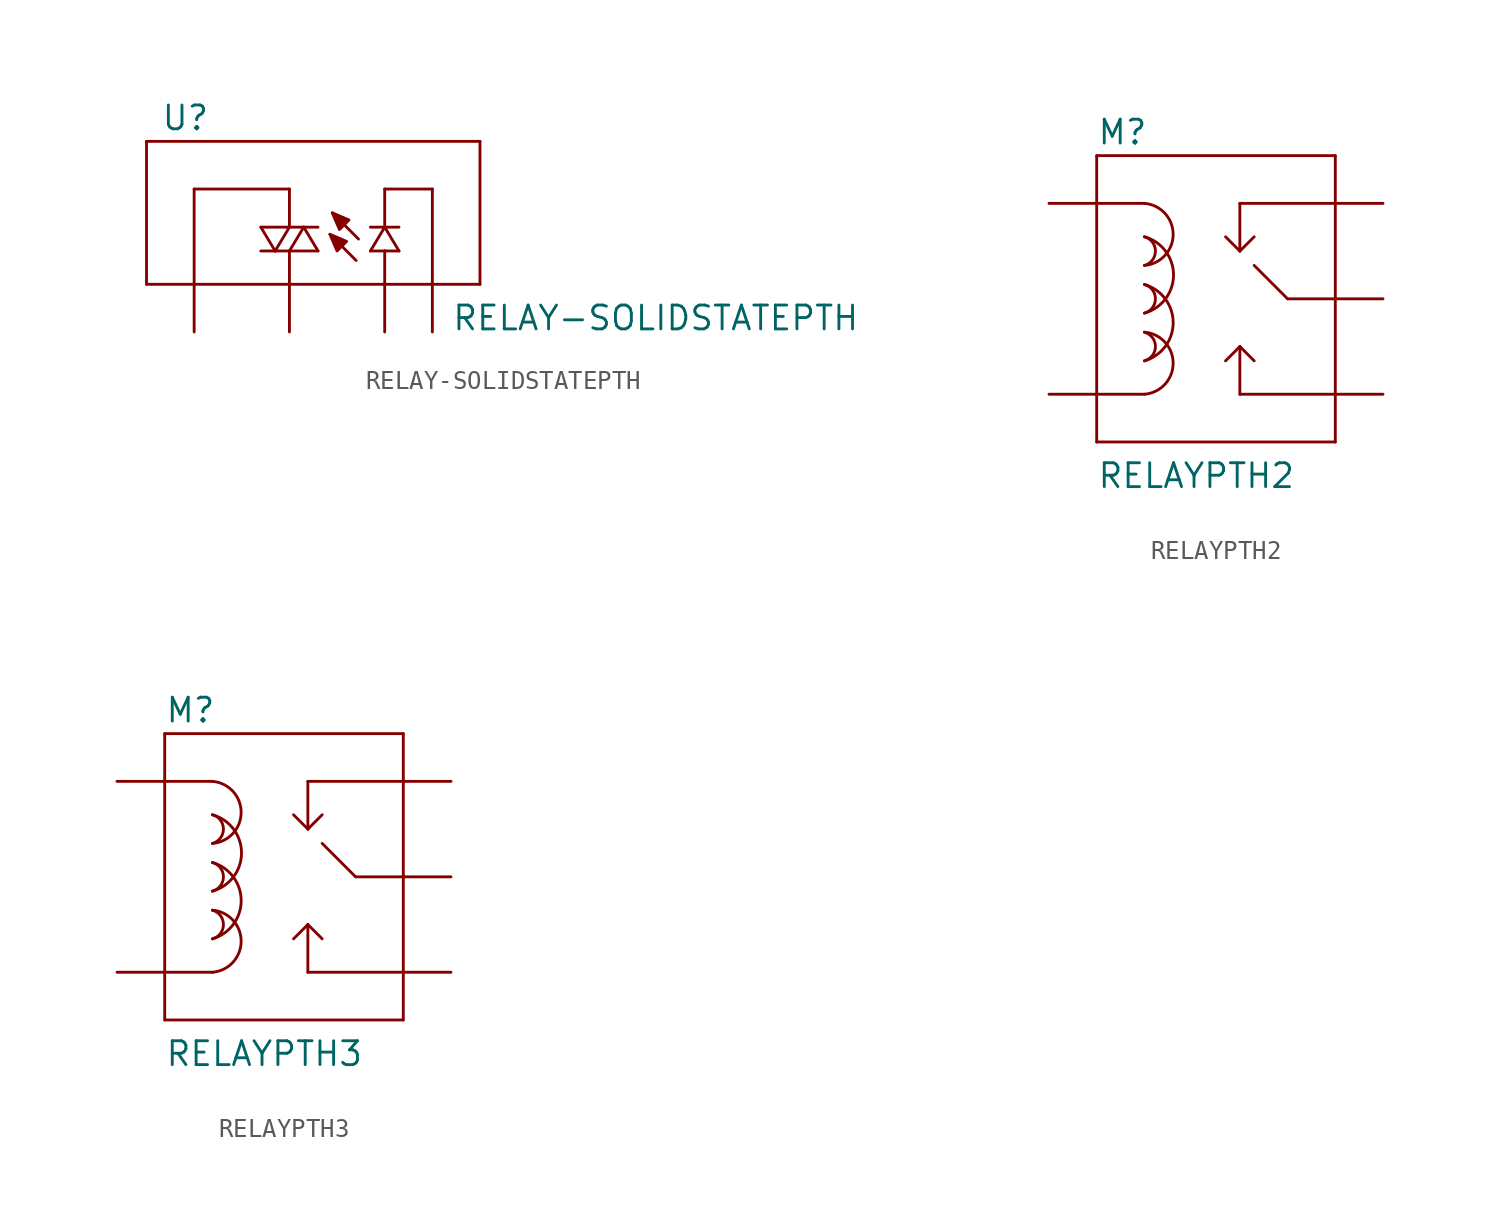
<source format=kicad_sym>
(kicad_symbol_lib
  (version 20211014)
  (generator kicad_symbol_editor)
  (symbol "RELAY-SOLIDSTATEPTH"
    (pin_numbers hide)
    (pin_names
      (offset 1.016) hide)
    (property "Reference" "U"
      (at -9.398 5.588 0)
      (effects (font (size 1.27 1.27)) (justify left bottom)))
    (property "Value" "RELAY-SOLIDSTATEPTH"
      (at 6.096 -5.08 0)
      (effects (font (size 1.27 1.27)) (justify left bottom)))
    (property "ki_locked" ""
      (at 0 0 0)
      (effects (font (size 1.27 1.27))))
    (symbol "RELAY-SOLIDSTATEPTH_1_0"
      (polyline (pts (xy -10.16 -2.54) (xy -10.16 5.08)) (stroke (width 0) (type default) (color 0 0 0 0)) (fill (type none)))
      (polyline (pts (xy -10.16 5.08) (xy 7.62 5.08)) (stroke (width 0) (type default) (color 0 0 0 0)) (fill (type none)))
      (polyline (pts (xy -7.62 -2.54) (xy -10.16 -2.54)) (stroke (width 0) (type default) (color 0 0 0 0)) (fill (type none)))
      (polyline (pts (xy -7.62 -2.54) (xy -7.62 2.54)) (stroke (width 0) (type default) (color 0 0 0 0)) (fill (type none)))
      (polyline (pts (xy -7.62 2.54) (xy -2.54 2.54)) (stroke (width 0) (type default) (color 0 0 0 0)) (fill (type none)))
      (polyline (pts (xy -4.064 -0.762) (xy -3.302 -0.762)) (stroke (width 0) (type default) (color 0 0 0 0)) (fill (type none)))
      (polyline (pts (xy -4.064 0.508) (xy -2.54 0.508)) (stroke (width 0) (type default) (color 0 0 0 0)) (fill (type none)))
      (polyline (pts (xy -3.302 -0.762) (xy -4.064 0.508)) (stroke (width 0) (type default) (color 0 0 0 0)) (fill (type none)))
      (polyline (pts (xy -3.302 -0.762) (xy -2.54 -0.762)) (stroke (width 0) (type default) (color 0 0 0 0)) (fill (type none)))
      (polyline (pts (xy -3.302 -0.762) (xy -2.54 0.508)) (stroke (width 0) (type default) (color 0 0 0 0)) (fill (type none)))
      (polyline (pts (xy -2.54 -2.54) (xy -7.62 -2.54)) (stroke (width 0) (type default) (color 0 0 0 0)) (fill (type none)))
      (polyline (pts (xy -2.54 -2.54) (xy -2.54 -0.762)) (stroke (width 0) (type default) (color 0 0 0 0)) (fill (type none)))
      (polyline (pts (xy -2.54 -0.762) (xy -1.778 0.508)) (stroke (width 0) (type default) (color 0 0 0 0)) (fill (type none)))
      (polyline (pts (xy -2.54 -0.762) (xy -1.016 -0.762)) (stroke (width 0) (type default) (color 0 0 0 0)) (fill (type none)))
      (polyline (pts (xy -2.54 0.508) (xy -1.778 0.508)) (stroke (width 0) (type default) (color 0 0 0 0)) (fill (type none)))
      (polyline (pts (xy -2.54 2.54) (xy -2.54 0.508)) (stroke (width 0) (type default) (color 0 0 0 0)) (fill (type none)))
      (polyline (pts (xy -1.778 0.508) (xy -1.016 -0.762)) (stroke (width 0) (type default) (color 0 0 0 0)) (fill (type none)))
      (polyline (pts (xy -1.778 0.508) (xy -1.016 0.508)) (stroke (width 0) (type default) (color 0 0 0 0)) (fill (type none)))
      (polyline (pts (xy 1.016 -1.27) (xy -0.381 0.127)) (stroke (width 0) (type default) (color 0 0 0 0)) (fill (type none)))
      (polyline (pts (xy 1.143 -0.127) (xy -0.254 1.27)) (stroke (width 0) (type default) (color 0 0 0 0)) (fill (type none)))
      (polyline (pts (xy 1.778 -0.762) (xy 2.54 -0.762)) (stroke (width 0) (type default) (color 0 0 0 0)) (fill (type none)))
      (polyline (pts (xy 1.778 -0.762) (xy 2.54 0.508)) (stroke (width 0) (type default) (color 0 0 0 0)) (fill (type none)))
      (polyline (pts (xy 1.778 0.508) (xy 2.54 0.508)) (stroke (width 0) (type default) (color 0 0 0 0)) (fill (type none)))
      (polyline (pts (xy 2.54 -2.54) (xy -2.54 -2.54)) (stroke (width 0) (type default) (color 0 0 0 0)) (fill (type none)))
      (polyline (pts (xy 2.54 -2.54) (xy 2.54 -0.762)) (stroke (width 0) (type default) (color 0 0 0 0)) (fill (type none)))
      (polyline (pts (xy 2.54 -0.762) (xy 3.302 -0.762)) (stroke (width 0) (type default) (color 0 0 0 0)) (fill (type none)))
      (polyline (pts (xy 2.54 0.508) (xy 2.54 2.54)) (stroke (width 0) (type default) (color 0 0 0 0)) (fill (type none)))
      (polyline (pts (xy 2.54 0.508) (xy 3.302 -0.762)) (stroke (width 0) (type default) (color 0 0 0 0)) (fill (type none)))
      (polyline (pts (xy 2.54 0.508) (xy 3.302 0.508)) (stroke (width 0) (type default) (color 0 0 0 0)) (fill (type none)))
      (polyline (pts (xy 2.54 2.54) (xy 5.08 2.54)) (stroke (width 0) (type default) (color 0 0 0 0)) (fill (type none)))
      (polyline (pts (xy 5.08 -2.54) (xy 2.54 -2.54)) (stroke (width 0) (type default) (color 0 0 0 0)) (fill (type none)))
      (polyline (pts (xy 5.08 2.54) (xy 5.08 -2.54)) (stroke (width 0) (type default) (color 0 0 0 0)) (fill (type none)))
      (polyline (pts (xy 7.62 -2.54) (xy 5.08 -2.54)) (stroke (width 0) (type default) (color 0 0 0 0)) (fill (type none)))
      (polyline (pts (xy 7.62 5.08) (xy 7.62 -2.54)) (stroke (width 0) (type default) (color 0 0 0 0)) (fill (type none))))
    (symbol "RELAY-SOLIDSTATEPTH_1_1"
      (polyline (pts (xy -0.381 0.127) (xy 0 -0.762) (xy 0 -0.762) (xy 0.508 -0.254) (xy 0.508 -0.254) (xy -0.381 0.127)) (stroke (width 0) (type default) (color 0 0 0 0)) (fill (type outline)))
      (polyline (pts (xy -0.254 1.27) (xy 0.127 0.381) (xy 0.127 0.381) (xy 0.635 0.889) (xy 0.635 0.889) (xy -0.254 1.27)) (stroke (width 0) (type default) (color 0 0 0 0)) (fill (type outline)))
      (pin bidirectional line (at -7.62 -5.08 90) (length 2.54) (name "T1" (effects (font (size 1.016 1.016)))) (number "1" (effects (font (size 1.016 1.016)))))
      (pin bidirectional line (at -2.54 -5.08 90) (length 2.54) (name "T2" (effects (font (size 1.016 1.016)))) (number "2" (effects (font (size 1.016 1.016)))))
      (pin bidirectional line (at 2.54 -5.08 90) (length 2.54) (name "+" (effects (font (size 1.016 1.016)))) (number "3" (effects (font (size 1.016 1.016)))))
      (pin bidirectional line (at 5.08 -5.08 90) (length 2.54) (name "-" (effects (font (size 1.016 1.016)))) (number "4" (effects (font (size 1.016 1.016)))))))
  (symbol "RELAYPTH2"
    (pin_numbers hide)
    (pin_names
      (offset 1.016) hide)
    (property "Reference" "M"
      (at -7.62 8.128 0)
      (effects (font (size 1.27 1.27)) (justify left bottom)))
    (property "Value" "RELAYPTH2"
      (at -7.62 -10.16 0)
      (effects (font (size 1.27 1.27)) (justify left bottom)))
    (property "ki_locked" ""
      (at 0 0 0)
      (effects (font (size 1.27 1.27))))
    (symbol "RELAYPTH2_1_0"
      (polyline (pts (xy -7.62 -7.62) (xy -7.62 -5.08)) (stroke (width 0) (type default) (color 0 0 0 0)) (fill (type none)))
      (polyline (pts (xy -7.62 -5.08) (xy -7.62 5.08)) (stroke (width 0) (type default) (color 0 0 0 0)) (fill (type none)))
      (polyline (pts (xy -7.62 -5.08) (xy -5.08 -5.08)) (stroke (width 0) (type default) (color 0 0 0 0)) (fill (type none)))
      (polyline (pts (xy -7.62 5.08) (xy -7.62 7.62)) (stroke (width 0) (type default) (color 0 0 0 0)) (fill (type none)))
      (polyline (pts (xy -7.62 5.08) (xy -5.08 5.08)) (stroke (width 0) (type default) (color 0 0 0 0)) (fill (type none)))
      (polyline (pts (xy -7.62 7.62) (xy 5.08 7.62)) (stroke (width 0) (type default) (color 0 0 0 0)) (fill (type none)))
      (polyline (pts (xy 0 -5.08) (xy 0 -2.54)) (stroke (width 0) (type default) (color 0 0 0 0)) (fill (type none)))
      (polyline (pts (xy 0 -2.54) (xy -0.762 -3.302)) (stroke (width 0) (type default) (color 0 0 0 0)) (fill (type none)))
      (polyline (pts (xy 0 -2.54) (xy 0.762 -3.302)) (stroke (width 0) (type default) (color 0 0 0 0)) (fill (type none)))
      (polyline (pts (xy 0 2.54) (xy -0.762 3.302)) (stroke (width 0) (type default) (color 0 0 0 0)) (fill (type none)))
      (polyline (pts (xy 0 2.54) (xy 0.762 3.302)) (stroke (width 0) (type default) (color 0 0 0 0)) (fill (type none)))
      (polyline (pts (xy 0 5.08) (xy 0 2.54)) (stroke (width 0) (type default) (color 0 0 0 0)) (fill (type none)))
      (polyline (pts (xy 2.54 0) (xy 0.762 1.778)) (stroke (width 0) (type default) (color 0 0 0 0)) (fill (type none)))
      (polyline (pts (xy 5.08 -7.62) (xy -7.62 -7.62)) (stroke (width 0) (type default) (color 0 0 0 0)) (fill (type none)))
      (polyline (pts (xy 5.08 -5.08) (xy 0 -5.08)) (stroke (width 0) (type default) (color 0 0 0 0)) (fill (type none)))
      (polyline (pts (xy 5.08 -5.08) (xy 5.08 -7.62)) (stroke (width 0) (type default) (color 0 0 0 0)) (fill (type none)))
      (polyline (pts (xy 5.08 0) (xy 2.54 0)) (stroke (width 0) (type default) (color 0 0 0 0)) (fill (type none)))
      (polyline (pts (xy 5.08 0) (xy 5.08 -5.08)) (stroke (width 0) (type default) (color 0 0 0 0)) (fill (type none)))
      (polyline (pts (xy 5.08 5.08) (xy 0 5.08)) (stroke (width 0) (type default) (color 0 0 0 0)) (fill (type none)))
      (polyline (pts (xy 5.08 5.08) (xy 5.08 0)) (stroke (width 0) (type default) (color 0 0 0 0)) (fill (type none)))
      (polyline (pts (xy 5.08 7.62) (xy 5.08 5.08)) (stroke (width 0) (type default) (color 0 0 0 0)) (fill (type none))))
    (symbol "RELAYPTH2_1_1"
      (arc (start -5.08 -5.08) (mid -3.5511 -3.429) (end -5.08 -1.778) (stroke (width 0) (type default) (color 0 0 0 0)) (fill (type none)))
      (arc (start -5.08 -3.302) (mid -4.4946 -2.54) (end -5.08 -1.778) (stroke (width 0) (type default) (color 0 0 0 0)) (fill (type none)))
      (arc (start -5.08 -3.302) (mid -3.5499 -1.27) (end -5.08 0.762) (stroke (width 0) (type default) (color 0 0 0 0)) (fill (type none)))
      (arc (start -5.08 -0.762) (mid -4.4946 0) (end -5.08 0.762) (stroke (width 0) (type default) (color 0 0 0 0)) (fill (type none)))
      (arc (start -5.08 -0.762) (mid -3.5314 1.27) (end -5.08 3.302) (stroke (width 0) (type default) (color 0 0 0 0)) (fill (type none)))
      (arc (start -5.08 1.778) (mid -4.4946 2.54) (end -5.08 3.302) (stroke (width 0) (type default) (color 0 0 0 0)) (fill (type none)))
      (arc (start -5.08 1.778) (mid -3.5511 3.429) (end -5.08 5.08) (stroke (width 0) (type default) (color 0 0 0 0)) (fill (type none)))
      (pin bidirectional line (at -10.16 5.08 0) (length 2.54) (name "COIL1" (effects (font (size 1.016 1.016)))) (number "COIL1" (effects (font (size 1.016 1.016)))))
      (pin bidirectional line (at -10.16 -5.08 0) (length 2.54) (name "COIL2" (effects (font (size 1.016 1.016)))) (number "COIL2" (effects (font (size 1.016 1.016)))))
      (pin bidirectional line (at 7.62 0 180) (length 2.54) (name "MAIN" (effects (font (size 1.016 1.016)))) (number "MAIN" (effects (font (size 1.016 1.016)))))
      (pin bidirectional line (at 7.62 5.08 180) (length 2.54) (name "NC" (effects (font (size 1.016 1.016)))) (number "NC" (effects (font (size 1.016 1.016)))))
      (pin bidirectional line (at 7.62 -5.08 180) (length 2.54) (name "NO" (effects (font (size 1.016 1.016)))) (number "NO" (effects (font (size 1.016 1.016)))))))
  (symbol "RELAYPTH3"
    (pin_numbers hide)
    (pin_names
      (offset 1.016) hide)
    (property "Reference" "M"
      (at -7.62 8.128 0)
      (effects (font (size 1.27 1.27)) (justify left bottom)))
    (property "Value" "RELAYPTH3"
      (at -7.62 -10.16 0)
      (effects (font (size 1.27 1.27)) (justify left bottom)))
    (property "ki_locked" ""
      (at 0 0 0)
      (effects (font (size 1.27 1.27))))
    (symbol "RELAYPTH3_1_0"
      (polyline (pts (xy -7.62 -7.62) (xy -7.62 -5.08)) (stroke (width 0) (type default) (color 0 0 0 0)) (fill (type none)))
      (polyline (pts (xy -7.62 -5.08) (xy -7.62 5.08)) (stroke (width 0) (type default) (color 0 0 0 0)) (fill (type none)))
      (polyline (pts (xy -7.62 -5.08) (xy -5.08 -5.08)) (stroke (width 0) (type default) (color 0 0 0 0)) (fill (type none)))
      (polyline (pts (xy -7.62 5.08) (xy -7.62 7.62)) (stroke (width 0) (type default) (color 0 0 0 0)) (fill (type none)))
      (polyline (pts (xy -7.62 5.08) (xy -5.08 5.08)) (stroke (width 0) (type default) (color 0 0 0 0)) (fill (type none)))
      (polyline (pts (xy -7.62 7.62) (xy 5.08 7.62)) (stroke (width 0) (type default) (color 0 0 0 0)) (fill (type none)))
      (polyline (pts (xy 0 -5.08) (xy 0 -2.54)) (stroke (width 0) (type default) (color 0 0 0 0)) (fill (type none)))
      (polyline (pts (xy 0 -2.54) (xy -0.762 -3.302)) (stroke (width 0) (type default) (color 0 0 0 0)) (fill (type none)))
      (polyline (pts (xy 0 -2.54) (xy 0.762 -3.302)) (stroke (width 0) (type default) (color 0 0 0 0)) (fill (type none)))
      (polyline (pts (xy 0 2.54) (xy -0.762 3.302)) (stroke (width 0) (type default) (color 0 0 0 0)) (fill (type none)))
      (polyline (pts (xy 0 2.54) (xy 0.762 3.302)) (stroke (width 0) (type default) (color 0 0 0 0)) (fill (type none)))
      (polyline (pts (xy 0 5.08) (xy 0 2.54)) (stroke (width 0) (type default) (color 0 0 0 0)) (fill (type none)))
      (polyline (pts (xy 2.54 0) (xy 0.762 1.778)) (stroke (width 0) (type default) (color 0 0 0 0)) (fill (type none)))
      (polyline (pts (xy 5.08 -7.62) (xy -7.62 -7.62)) (stroke (width 0) (type default) (color 0 0 0 0)) (fill (type none)))
      (polyline (pts (xy 5.08 -5.08) (xy 0 -5.08)) (stroke (width 0) (type default) (color 0 0 0 0)) (fill (type none)))
      (polyline (pts (xy 5.08 -5.08) (xy 5.08 -7.62)) (stroke (width 0) (type default) (color 0 0 0 0)) (fill (type none)))
      (polyline (pts (xy 5.08 0) (xy 2.54 0)) (stroke (width 0) (type default) (color 0 0 0 0)) (fill (type none)))
      (polyline (pts (xy 5.08 0) (xy 5.08 -5.08)) (stroke (width 0) (type default) (color 0 0 0 0)) (fill (type none)))
      (polyline (pts (xy 5.08 5.08) (xy 0 5.08)) (stroke (width 0) (type default) (color 0 0 0 0)) (fill (type none)))
      (polyline (pts (xy 5.08 5.08) (xy 5.08 0)) (stroke (width 0) (type default) (color 0 0 0 0)) (fill (type none)))
      (polyline (pts (xy 5.08 7.62) (xy 5.08 5.08)) (stroke (width 0) (type default) (color 0 0 0 0)) (fill (type none))))
    (symbol "RELAYPTH3_1_1"
      (arc (start -5.08 -5.08) (mid -3.5511 -3.429) (end -5.08 -1.778) (stroke (width 0) (type default) (color 0 0 0 0)) (fill (type none)))
      (arc (start -5.08 -3.302) (mid -4.4946 -2.54) (end -5.08 -1.778) (stroke (width 0) (type default) (color 0 0 0 0)) (fill (type none)))
      (arc (start -5.08 -3.302) (mid -3.5499 -1.27) (end -5.08 0.762) (stroke (width 0) (type default) (color 0 0 0 0)) (fill (type none)))
      (arc (start -5.08 -0.762) (mid -4.4946 0) (end -5.08 0.762) (stroke (width 0) (type default) (color 0 0 0 0)) (fill (type none)))
      (arc (start -5.08 -0.762) (mid -3.5314 1.27) (end -5.08 3.302) (stroke (width 0) (type default) (color 0 0 0 0)) (fill (type none)))
      (arc (start -5.08 1.778) (mid -4.4946 2.54) (end -5.08 3.302) (stroke (width 0) (type default) (color 0 0 0 0)) (fill (type none)))
      (arc (start -5.08 1.778) (mid -3.5511 3.429) (end -5.08 5.08) (stroke (width 0) (type default) (color 0 0 0 0)) (fill (type none)))
      (pin bidirectional line (at -10.16 5.08 0) (length 2.54) (name "COIL1" (effects (font (size 1.016 1.016)))) (number "COIL1" (effects (font (size 1.016 1.016)))))
      (pin bidirectional line (at -10.16 -5.08 0) (length 2.54) (name "COIL2" (effects (font (size 1.016 1.016)))) (number "COIL2" (effects (font (size 1.016 1.016)))))
      (pin bidirectional line (at 7.62 0 180) (length 2.54) (name "MAIN" (effects (font (size 1.016 1.016)))) (number "MAIN" (effects (font (size 1.016 1.016)))))
      (pin bidirectional line (at 7.62 5.08 180) (length 2.54) (name "NC" (effects (font (size 1.016 1.016)))) (number "NC" (effects (font (size 1.016 1.016)))))
      (pin bidirectional line (at 7.62 -5.08 180) (length 2.54) (name "NO" (effects (font (size 1.016 1.016)))) (number "NO" (effects (font (size 1.016 1.016))))))))
</source>
